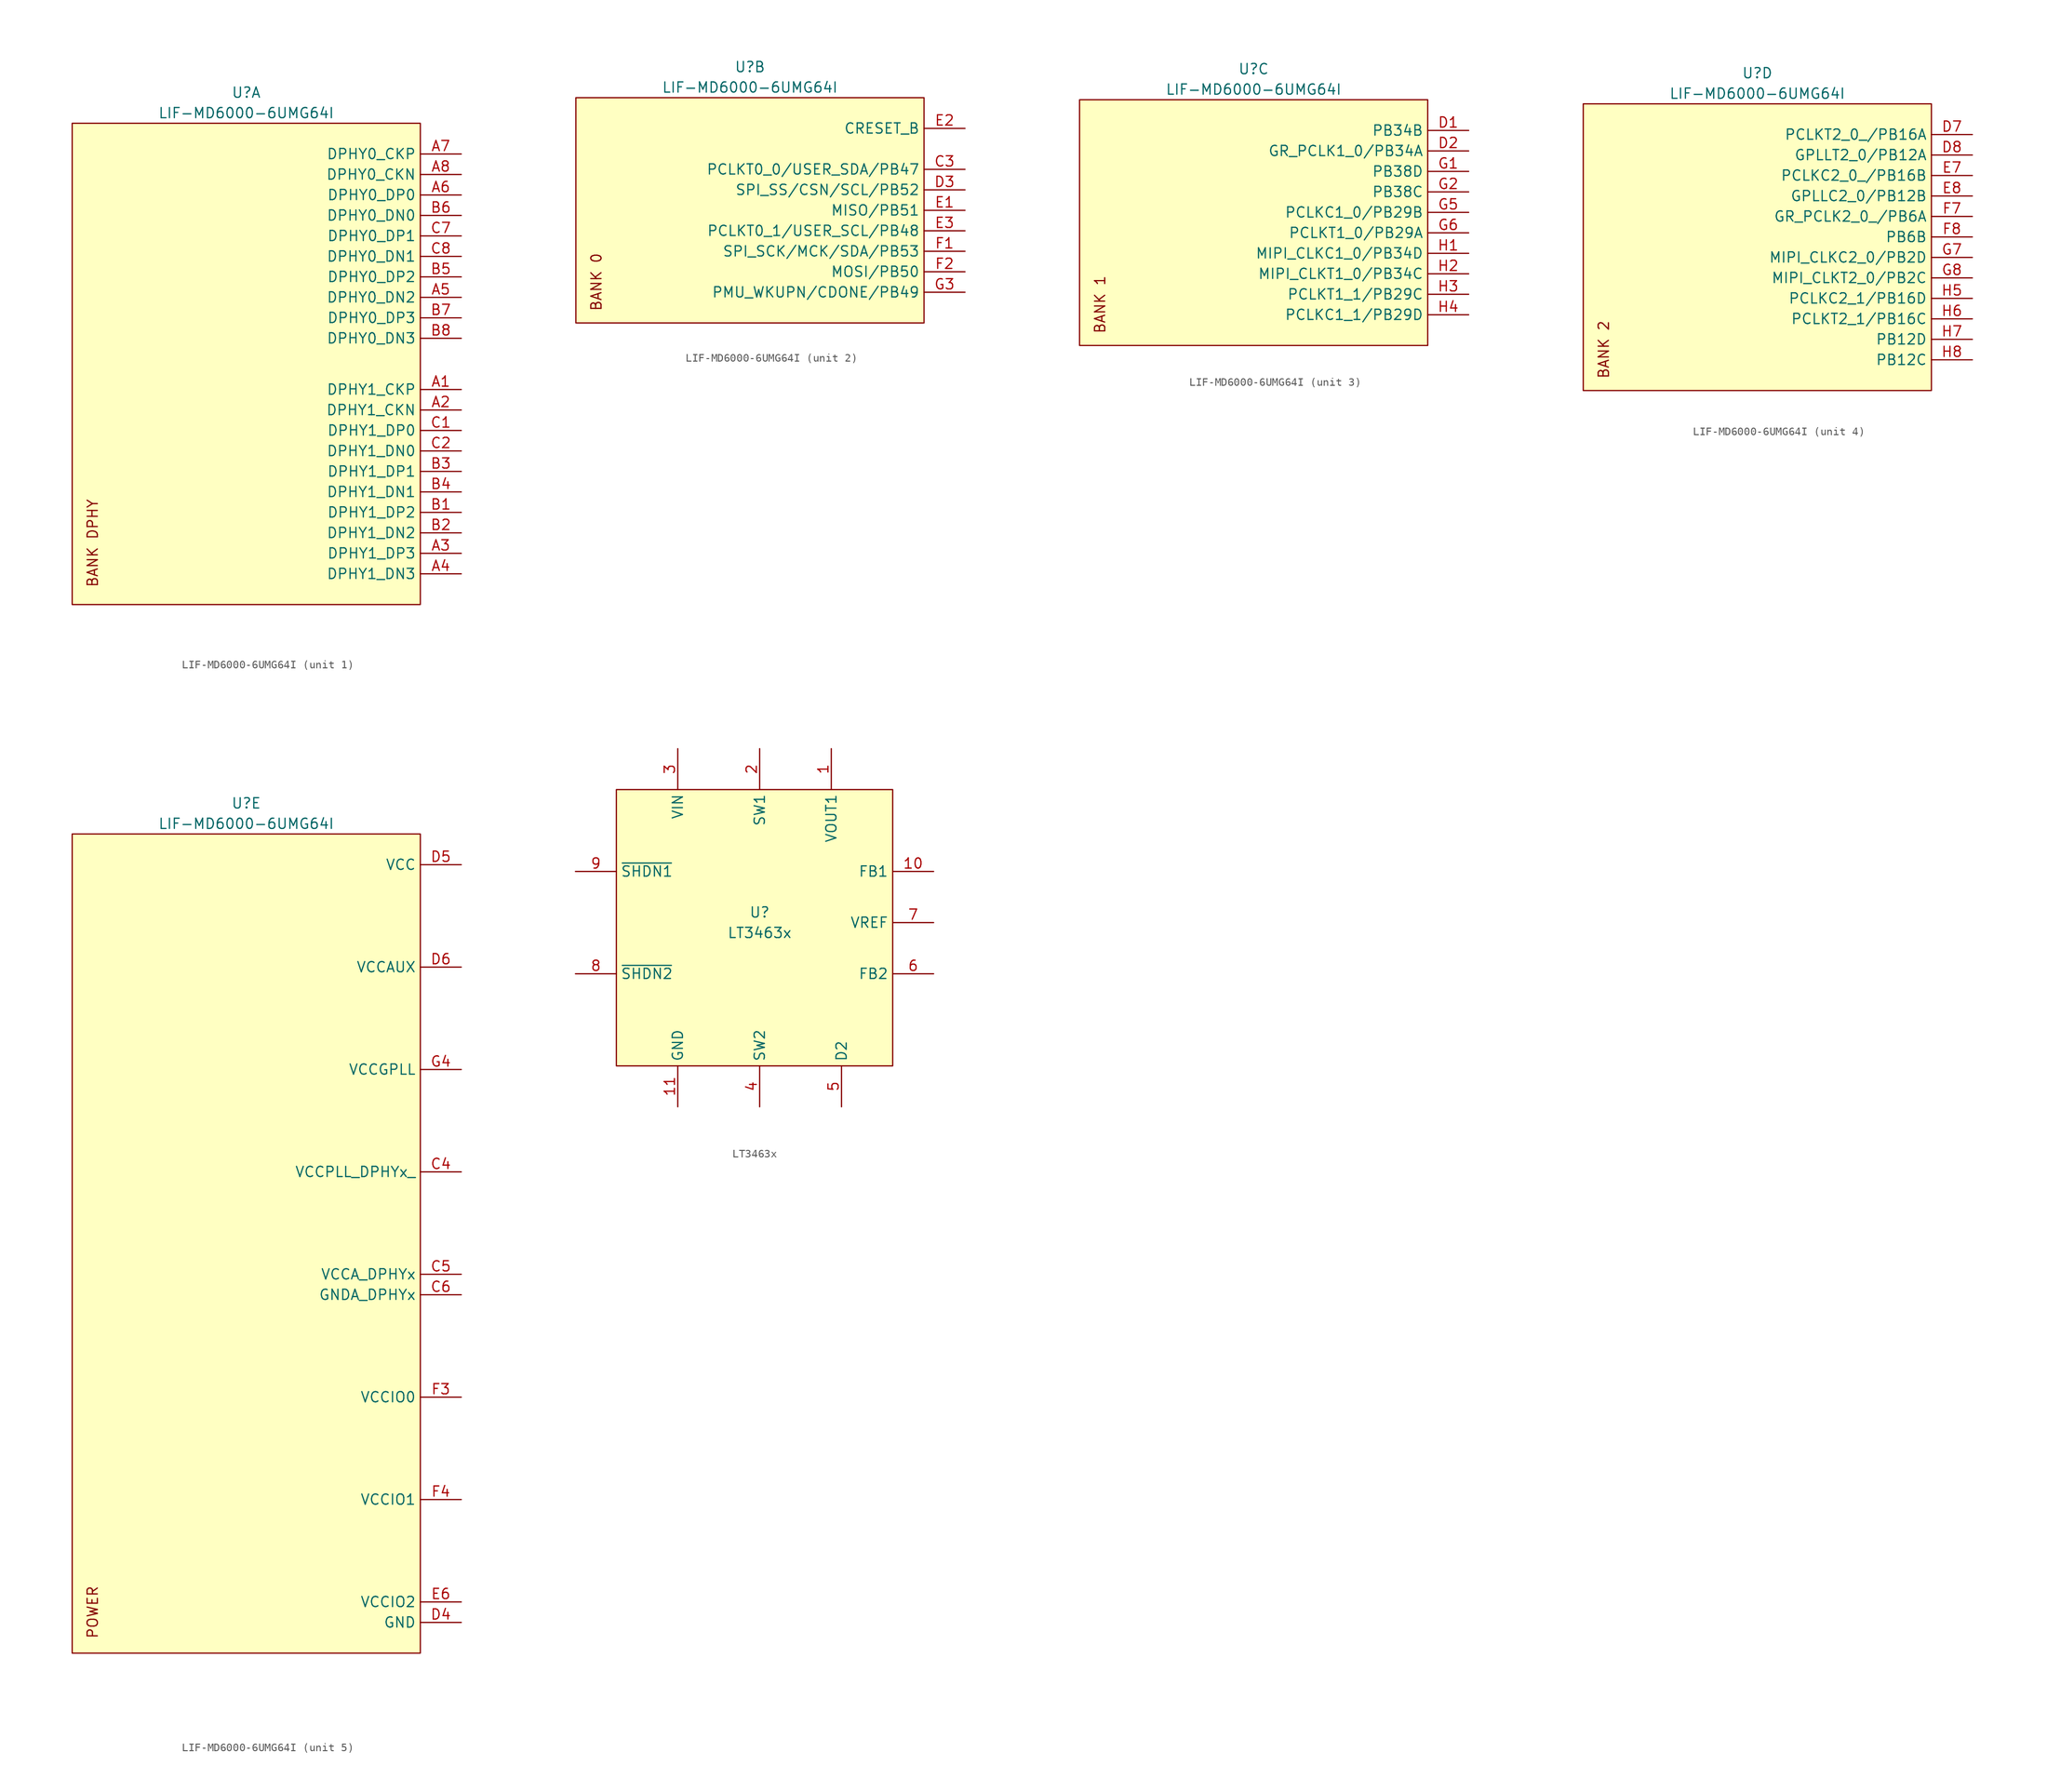
<source format=kicad_sym>
(kicad_symbol_lib
  (version 20211014)
  (generator kicad_symbol_editor)
  (symbol "LIF-MD6000-6UMG64I"
    (property "Reference" "U"
      (at 0 7.62 0)
      (effects (font (size 1.27 1.27))))
    (property "Value" "LIF-MD6000-6UMG64I"
      (at 0 5.08 0)
      (effects (font (size 1.27 1.27))))
    (property "ki_locked" ""
      (at 0 0 0)
      (effects (font (size 1.27 1.27))))
    (symbol "LIF-MD6000-6UMG64I_1_0"
      (text "BANK DPHY" (at -19.05 -48.26 900) (effects (font (size 1.27 1.27)))))
    (symbol "LIF-MD6000-6UMG64I_1_1"
      (rectangle (start -21.59 3.81) (end 21.59 -55.88) (stroke (width 0.152) (type default) (color 0 0 0 0)) (fill (type background)))
      (pin bidirectional line (at 26.67 -29.21 180) (length 5.08) (name "DPHY1_CKP" (effects (font (size 1.27 1.27)))) (number "A1" (effects (font (size 1.27 1.27)))))
      (pin bidirectional line (at 26.67 -31.75 180) (length 5.08) (name "DPHY1_CKN" (effects (font (size 1.27 1.27)))) (number "A2" (effects (font (size 1.27 1.27)))))
      (pin bidirectional line (at 26.67 -49.53 180) (length 5.08) (name "DPHY1_DP3" (effects (font (size 1.27 1.27)))) (number "A3" (effects (font (size 1.27 1.27)))))
      (pin bidirectional line (at 26.67 -52.07 180) (length 5.08) (name "DPHY1_DN3" (effects (font (size 1.27 1.27)))) (number "A4" (effects (font (size 1.27 1.27)))))
      (pin bidirectional line (at 26.67 -17.78 180) (length 5.08) (name "DPHY0_DN2" (effects (font (size 1.27 1.27)))) (number "A5" (effects (font (size 1.27 1.27)))))
      (pin bidirectional line (at 26.67 -5.08 180) (length 5.08) (name "DPHY0_DP0" (effects (font (size 1.27 1.27)))) (number "A6" (effects (font (size 1.27 1.27)))))
      (pin bidirectional line (at 26.67 0 180) (length 5.08) (name "DPHY0_CKP" (effects (font (size 1.27 1.27)))) (number "A7" (effects (font (size 1.27 1.27)))))
      (pin bidirectional line (at 26.67 -2.54 180) (length 5.08) (name "DPHY0_CKN" (effects (font (size 1.27 1.27)))) (number "A8" (effects (font (size 1.27 1.27)))))
      (pin bidirectional line (at 26.67 -44.45 180) (length 5.08) (name "DPHY1_DP2" (effects (font (size 1.27 1.27)))) (number "B1" (effects (font (size 1.27 1.27)))))
      (pin bidirectional line (at 26.67 -46.99 180) (length 5.08) (name "DPHY1_DN2" (effects (font (size 1.27 1.27)))) (number "B2" (effects (font (size 1.27 1.27)))))
      (pin bidirectional line (at 26.67 -39.37 180) (length 5.08) (name "DPHY1_DP1" (effects (font (size 1.27 1.27)))) (number "B3" (effects (font (size 1.27 1.27)))))
      (pin bidirectional line (at 26.67 -41.91 180) (length 5.08) (name "DPHY1_DN1" (effects (font (size 1.27 1.27)))) (number "B4" (effects (font (size 1.27 1.27)))))
      (pin bidirectional line (at 26.67 -15.24 180) (length 5.08) (name "DPHY0_DP2" (effects (font (size 1.27 1.27)))) (number "B5" (effects (font (size 1.27 1.27)))))
      (pin bidirectional line (at 26.67 -7.62 180) (length 5.08) (name "DPHY0_DN0" (effects (font (size 1.27 1.27)))) (number "B6" (effects (font (size 1.27 1.27)))))
      (pin bidirectional line (at 26.67 -20.32 180) (length 5.08) (name "DPHY0_DP3" (effects (font (size 1.27 1.27)))) (number "B7" (effects (font (size 1.27 1.27)))))
      (pin bidirectional line (at 26.67 -22.86 180) (length 5.08) (name "DPHY0_DN3" (effects (font (size 1.27 1.27)))) (number "B8" (effects (font (size 1.27 1.27)))))
      (pin bidirectional line (at 26.67 -34.29 180) (length 5.08) (name "DPHY1_DP0" (effects (font (size 1.27 1.27)))) (number "C1" (effects (font (size 1.27 1.27)))))
      (pin bidirectional line (at 26.67 -36.83 180) (length 5.08) (name "DPHY1_DN0" (effects (font (size 1.27 1.27)))) (number "C2" (effects (font (size 1.27 1.27)))))
      (pin bidirectional line (at 26.67 -10.16 180) (length 5.08) (name "DPHY0_DP1" (effects (font (size 1.27 1.27)))) (number "C7" (effects (font (size 1.27 1.27)))))
      (pin bidirectional line (at 26.67 -12.7 180) (length 5.08) (name "DPHY0_DN1" (effects (font (size 1.27 1.27)))) (number "C8" (effects (font (size 1.27 1.27))))))
    (symbol "LIF-MD6000-6UMG64I_2_0"
      (text "BANK 0" (at -19.05 -19.05 900) (effects (font (size 1.27 1.27)))))
    (symbol "LIF-MD6000-6UMG64I_2_1"
      (rectangle (start -21.59 3.81) (end 21.59 -24.13) (stroke (width 0.152) (type default) (color 0 0 0 0)) (fill (type background)))
      (pin bidirectional line (at 26.67 -5.08 180) (length 5.08) (name "PCLKT0_0/USER_SDA/PB47" (effects (font (size 1.27 1.27)))) (number "C3" (effects (font (size 1.27 1.27)))))
      (pin bidirectional line (at 26.67 -7.62 180) (length 5.08) (name "SPI_SS/CSN/SCL/PB52" (effects (font (size 1.27 1.27)))) (number "D3" (effects (font (size 1.27 1.27)))))
      (pin bidirectional line (at 26.67 -10.16 180) (length 5.08) (name "MISO/PB51" (effects (font (size 1.27 1.27)))) (number "E1" (effects (font (size 1.27 1.27)))))
      (pin input line (at 26.67 0 180) (length 5.08) (name "CRESET_B" (effects (font (size 1.27 1.27)))) (number "E2" (effects (font (size 1.27 1.27)))))
      (pin bidirectional line (at 26.67 -12.7 180) (length 5.08) (name "PCLKT0_1/USER_SCL/PB48" (effects (font (size 1.27 1.27)))) (number "E3" (effects (font (size 1.27 1.27)))))
      (pin bidirectional line (at 26.67 -15.24 180) (length 5.08) (name "SPI_SCK/MCK/SDA/PB53" (effects (font (size 1.27 1.27)))) (number "F1" (effects (font (size 1.27 1.27)))))
      (pin bidirectional line (at 26.67 -17.78 180) (length 5.08) (name "MOSI/PB50" (effects (font (size 1.27 1.27)))) (number "F2" (effects (font (size 1.27 1.27)))))
      (pin bidirectional line (at 26.67 -20.32 180) (length 5.08) (name "PMU_WKUPN/CDONE/PB49" (effects (font (size 1.27 1.27)))) (number "G3" (effects (font (size 1.27 1.27))))))
    (symbol "LIF-MD6000-6UMG64I_3_0"
      (text "BANK 1" (at -19.05 -21.59 900) (effects (font (size 1.27 1.27)))))
    (symbol "LIF-MD6000-6UMG64I_3_1"
      (rectangle (start -21.59 3.81) (end 21.59 -26.67) (stroke (width 0.152) (type default) (color 0 0 0 0)) (fill (type background)))
      (pin bidirectional line (at 26.67 0 180) (length 5.08) (name "PB34B" (effects (font (size 1.27 1.27)))) (number "D1" (effects (font (size 1.27 1.27)))))
      (pin bidirectional line (at 26.67 -2.54 180) (length 5.08) (name "GR_PCLK1_0/PB34A" (effects (font (size 1.27 1.27)))) (number "D2" (effects (font (size 1.27 1.27)))))
      (pin bidirectional line (at 26.67 -5.08 180) (length 5.08) (name "PB38D" (effects (font (size 1.27 1.27)))) (number "G1" (effects (font (size 1.27 1.27)))))
      (pin bidirectional line (at 26.67 -7.62 180) (length 5.08) (name "PB38C" (effects (font (size 1.27 1.27)))) (number "G2" (effects (font (size 1.27 1.27)))))
      (pin bidirectional line (at 26.67 -10.16 180) (length 5.08) (name "PCLKC1_0/PB29B" (effects (font (size 1.27 1.27)))) (number "G5" (effects (font (size 1.27 1.27)))))
      (pin bidirectional line (at 26.67 -12.7 180) (length 5.08) (name "PCLKT1_0/PB29A" (effects (font (size 1.27 1.27)))) (number "G6" (effects (font (size 1.27 1.27)))))
      (pin bidirectional line (at 26.67 -15.24 180) (length 5.08) (name "MIPI_CLKC1_0/PB34D" (effects (font (size 1.27 1.27)))) (number "H1" (effects (font (size 1.27 1.27)))))
      (pin bidirectional line (at 26.67 -17.78 180) (length 5.08) (name "MIPI_CLKT1_0/PB34C" (effects (font (size 1.27 1.27)))) (number "H2" (effects (font (size 1.27 1.27)))))
      (pin bidirectional line (at 26.67 -20.32 180) (length 5.08) (name "PCLKT1_1/PB29C" (effects (font (size 1.27 1.27)))) (number "H3" (effects (font (size 1.27 1.27)))))
      (pin bidirectional line (at 26.67 -22.86 180) (length 5.08) (name "PCLKC1_1/PB29D" (effects (font (size 1.27 1.27)))) (number "H4" (effects (font (size 1.27 1.27))))))
    (symbol "LIF-MD6000-6UMG64I_4_0"
      (text "BANK 2" (at -19.05 -26.67 900) (effects (font (size 1.27 1.27)))))
    (symbol "LIF-MD6000-6UMG64I_4_1"
      (rectangle (start -21.59 3.81) (end 21.59 -31.75) (stroke (width 0.152) (type default) (color 0 0 0 0)) (fill (type background)))
      (pin bidirectional line (at 26.67 0 180) (length 5.08) (name "PCLKT2_0_/PB16A" (effects (font (size 1.27 1.27)))) (number "D7" (effects (font (size 1.27 1.27)))))
      (pin bidirectional line (at 26.67 -2.54 180) (length 5.08) (name "GPLLT2_0/PB12A" (effects (font (size 1.27 1.27)))) (number "D8" (effects (font (size 1.27 1.27)))))
      (pin bidirectional line (at 26.67 -5.08 180) (length 5.08) (name "PCLKC2_0_/PB16B" (effects (font (size 1.27 1.27)))) (number "E7" (effects (font (size 1.27 1.27)))))
      (pin bidirectional line (at 26.67 -7.62 180) (length 5.08) (name "GPLLC2_0/PB12B" (effects (font (size 1.27 1.27)))) (number "E8" (effects (font (size 1.27 1.27)))))
      (pin bidirectional line (at 26.67 -10.16 180) (length 5.08) (name "GR_PCLK2_0_/PB6A" (effects (font (size 1.27 1.27)))) (number "F7" (effects (font (size 1.27 1.27)))))
      (pin bidirectional line (at 26.67 -12.7 180) (length 5.08) (name "PB6B" (effects (font (size 1.27 1.27)))) (number "F8" (effects (font (size 1.27 1.27)))))
      (pin bidirectional line (at 26.67 -15.24 180) (length 5.08) (name "MIPI_CLKC2_0/PB2D" (effects (font (size 1.27 1.27)))) (number "G7" (effects (font (size 1.27 1.27)))))
      (pin bidirectional line (at 26.67 -17.78 180) (length 5.08) (name "MIPI_CLKT2_0/PB2C" (effects (font (size 1.27 1.27)))) (number "G8" (effects (font (size 1.27 1.27)))))
      (pin bidirectional line (at 26.67 -20.32 180) (length 5.08) (name "PCLKC2_1/PB16D" (effects (font (size 1.27 1.27)))) (number "H5" (effects (font (size 1.27 1.27)))))
      (pin bidirectional line (at 26.67 -22.86 180) (length 5.08) (name "PCLKT2_1/PB16C" (effects (font (size 1.27 1.27)))) (number "H6" (effects (font (size 1.27 1.27)))))
      (pin bidirectional line (at 26.67 -25.4 180) (length 5.08) (name "PB12D" (effects (font (size 1.27 1.27)))) (number "H7" (effects (font (size 1.27 1.27)))))
      (pin bidirectional line (at 26.67 -27.94 180) (length 5.08) (name "PB12C" (effects (font (size 1.27 1.27)))) (number "H8" (effects (font (size 1.27 1.27))))))
    (symbol "LIF-MD6000-6UMG64I_5_1"
      (rectangle (start -21.59 3.81) (end 21.59 -97.79) (stroke (width 0.152) (type default) (color 0 0 0 0)) (fill (type background)))
      (text "POWER" (at -19.05 -92.71 900) (effects (font (size 1.27 1.27))))
      (pin power_in line (at 26.67 -38.1 180) (length 5.08) (name "VCCPLL_DPHYx_" (effects (font (size 1.27 1.27)))) (number "C4" (effects (font (size 1.27 1.27)))))
      (pin power_in line (at 26.67 -50.8 180) (length 5.08) (name "VCCA_DPHYx" (effects (font (size 1.27 1.27)))) (number "C5" (effects (font (size 1.27 1.27)))))
      (pin power_in line (at 26.67 -53.34 180) (length 5.08) (name "GNDA_DPHYx" (effects (font (size 1.27 1.27)))) (number "C6" (effects (font (size 1.27 1.27)))))
      (pin power_in line (at 26.67 -93.98 180) (length 5.08) (name "GND" (effects (font (size 1.27 1.27)))) (number "D4" (effects (font (size 1.27 1.27)))))
      (pin power_in line (at 26.67 0 180) (length 5.08) (name "VCC" (effects (font (size 1.27 1.27)))) (number "D5" (effects (font (size 1.27 1.27)))))
      (pin power_in line (at 26.67 -12.7 180) (length 5.08) (name "VCCAUX" (effects (font (size 1.27 1.27)))) (number "D6" (effects (font (size 1.27 1.27)))))
      (pin passive line (at 26.67 0 180) (length 5.08) hide (name "VCC" (effects (font (size 1.27 1.27)))) (number "E4" (effects (font (size 1.27 1.27)))))
      (pin passive line (at 26.67 -93.98 180) (length 5.08) hide (name "GND" (effects (font (size 1.27 1.27)))) (number "E5" (effects (font (size 1.27 1.27)))))
      (pin power_in line (at 26.67 -91.44 180) (length 5.08) (name "VCCIO2" (effects (font (size 1.27 1.27)))) (number "E6" (effects (font (size 1.27 1.27)))))
      (pin power_in line (at 26.67 -66.04 180) (length 5.08) (name "VCCIO0" (effects (font (size 1.27 1.27)))) (number "F3" (effects (font (size 1.27 1.27)))))
      (pin power_in line (at 26.67 -78.74 180) (length 5.08) (name "VCCIO1" (effects (font (size 1.27 1.27)))) (number "F4" (effects (font (size 1.27 1.27)))))
      (pin power_in line (at 26.67 -93.98 180) (length 5.08) hide (name "GND" (effects (font (size 1.27 1.27)))) (number "F5" (effects (font (size 1.27 1.27)))))
      (pin passive line (at 26.67 -91.44 180) (length 5.08) hide (name "VCCIO2" (effects (font (size 1.27 1.27)))) (number "F6" (effects (font (size 1.27 1.27)))))
      (pin power_in line (at 26.67 -25.4 180) (length 5.08) (name "VCCGPLL" (effects (font (size 1.27 1.27)))) (number "G4" (effects (font (size 1.27 1.27)))))))
  (symbol "LT3463x"
    (property "Reference" "U"
      (at 0 1.27 0)
      (effects (font (size 1.27 1.27))))
    (property "Value" "LT3463x"
      (at 0 -1.27 0)
      (effects (font (size 1.27 1.27))))
    (symbol "LT3463x_0_1"
      (rectangle (start -17.78 16.51) (end 16.51 -17.78) (stroke (width 0.152) (type default) (color 0 0 0 0)) (fill (type background))))
    (symbol "LT3463x_1_1"
      (pin power_out line (at 8.89 21.59 270) (length 5.08) (name "VOUT1" (effects (font (size 1.27 1.27)))) (number "1" (effects (font (size 1.27 1.27)))))
      (pin input line (at 21.59 6.35 180) (length 5.08) (name "FB1" (effects (font (size 1.27 1.27)))) (number "10" (effects (font (size 1.27 1.27)))))
      (pin power_in line (at -10.16 -22.86 90) (length 5.08) (name "GND" (effects (font (size 1.27 1.27)))) (number "11" (effects (font (size 1.27 1.27)))))
      (pin open_collector line (at 0 21.59 270) (length 5.08) (name "SW1" (effects (font (size 1.27 1.27)))) (number "2" (effects (font (size 1.27 1.27)))))
      (pin power_in line (at -10.16 21.59 270) (length 5.08) (name "VIN" (effects (font (size 1.27 1.27)))) (number "3" (effects (font (size 1.27 1.27)))))
      (pin open_collector line (at 0 -22.86 90) (length 5.08) (name "SW2" (effects (font (size 1.27 1.27)))) (number "4" (effects (font (size 1.27 1.27)))))
      (pin input line (at 10.16 -22.86 90) (length 5.08) (name "D2" (effects (font (size 1.27 1.27)))) (number "5" (effects (font (size 1.27 1.27)))))
      (pin input line (at 21.59 -6.35 180) (length 5.08) (name "FB2" (effects (font (size 1.27 1.27)))) (number "6" (effects (font (size 1.27 1.27)))))
      (pin output line (at 21.59 0 180) (length 5.08) (name "VREF" (effects (font (size 1.27 1.27)))) (number "7" (effects (font (size 1.27 1.27)))))
      (pin input line (at -22.86 -6.35 0) (length 5.08) (name "~{SHDN2}" (effects (font (size 1.27 1.27)))) (number "8" (effects (font (size 1.27 1.27)))))
      (pin input line (at -22.86 6.35 0) (length 5.08) (name "~{SHDN1}" (effects (font (size 1.27 1.27)))) (number "9" (effects (font (size 1.27 1.27))))))))
</source>
